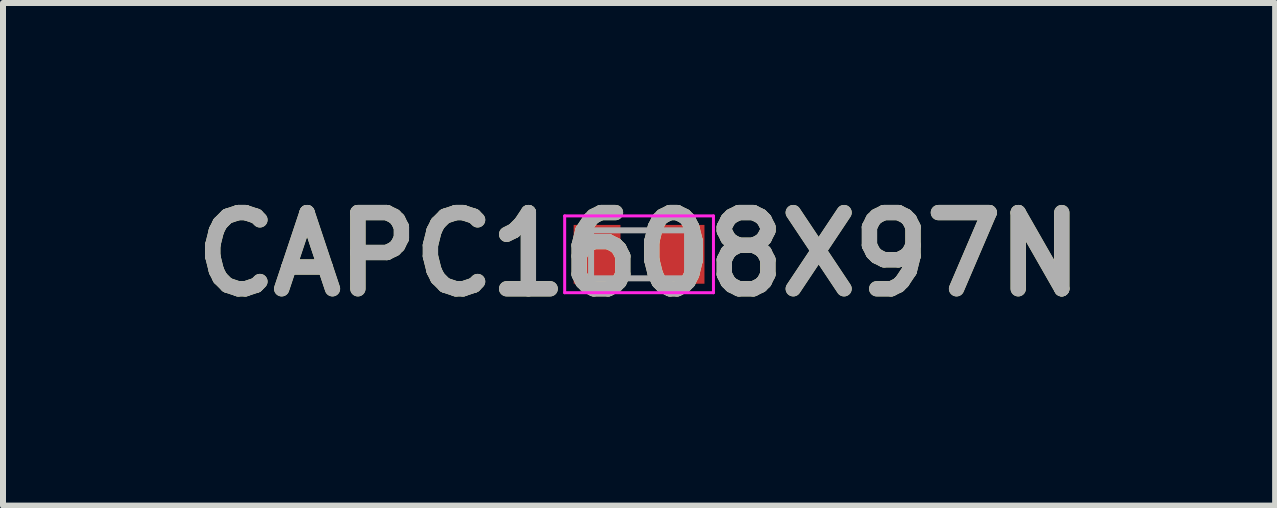
<source format=kicad_pcb>
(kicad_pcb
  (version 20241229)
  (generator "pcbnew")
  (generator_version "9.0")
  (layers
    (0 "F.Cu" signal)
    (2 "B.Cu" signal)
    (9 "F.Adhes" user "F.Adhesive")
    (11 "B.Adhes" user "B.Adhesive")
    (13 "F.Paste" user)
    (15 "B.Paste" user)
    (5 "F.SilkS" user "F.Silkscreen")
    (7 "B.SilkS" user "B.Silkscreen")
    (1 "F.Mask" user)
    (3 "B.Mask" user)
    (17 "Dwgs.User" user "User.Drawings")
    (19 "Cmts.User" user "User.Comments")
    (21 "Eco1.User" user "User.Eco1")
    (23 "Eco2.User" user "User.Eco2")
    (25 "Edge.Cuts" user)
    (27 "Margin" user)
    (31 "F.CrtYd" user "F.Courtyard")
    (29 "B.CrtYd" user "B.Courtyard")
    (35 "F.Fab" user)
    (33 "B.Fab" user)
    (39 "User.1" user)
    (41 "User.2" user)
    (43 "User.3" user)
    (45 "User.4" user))
  (footprint "CAPC1608X97N"
    (layer "F.Cu")
    (at 7.602 1.189)
    (property "Reference" "CAPC1608X97N" (at 0 0 0) (layer "F.SilkS") (effects (font (size 1.27 1.27) (thickness 0.254))))
    (attr smd)
    (fp_line (start -1.24 -0.64) (end 1.24 -0.64) (stroke (width 0.05) (type solid)) (layer "F.CrtYd"))
    (fp_line (start -1.24 0.64) (end -1.24 -0.64) (stroke (width 0.05) (type solid)) (layer "F.CrtYd"))
    (fp_line (start 1.24 -0.64) (end 1.24 0.64) (stroke (width 0.05) (type solid)) (layer "F.CrtYd"))
    (fp_line (start 1.24 0.64) (end -1.24 0.64) (stroke (width 0.05) (type solid)) (layer "F.CrtYd"))
    (fp_line (start -0.8 -0.4) (end 0.8 -0.4) (stroke (width 0.1) (type solid)) (layer "F.Fab"))
    (fp_line (start -0.8 0.4) (end -0.8 -0.4) (stroke (width 0.1) (type solid)) (layer "F.Fab"))
    (fp_line (start 0.8 -0.4) (end 0.8 0.4) (stroke (width 0.1) (type solid)) (layer "F.Fab"))
    (fp_line (start 0.8 0.4) (end -0.8 0.4) (stroke (width 0.1) (type solid)) (layer "F.Fab"))
    (fp_text user "${REFERENCE}" (at 0 0 0) (layer "F.Fab") (effects (font (size 1.27 1.27) (thickness 0.254))))
    (pad "1" smd rect (at -0.7 0) (size 0.78 0.98) (layers "F.Cu" "F.Mask" "F.Paste"))
    (pad "2" smd rect (at 0.7 0) (size 0.78 0.98) (layers "F.Cu" "F.Mask" "F.Paste")))
  (gr_rect
    (start -3 -3)
    (end 18.204 5.377)
    (stroke (width 0.1) (type default))
    (fill no)
    (layer "Edge.Cuts")))
</source>
